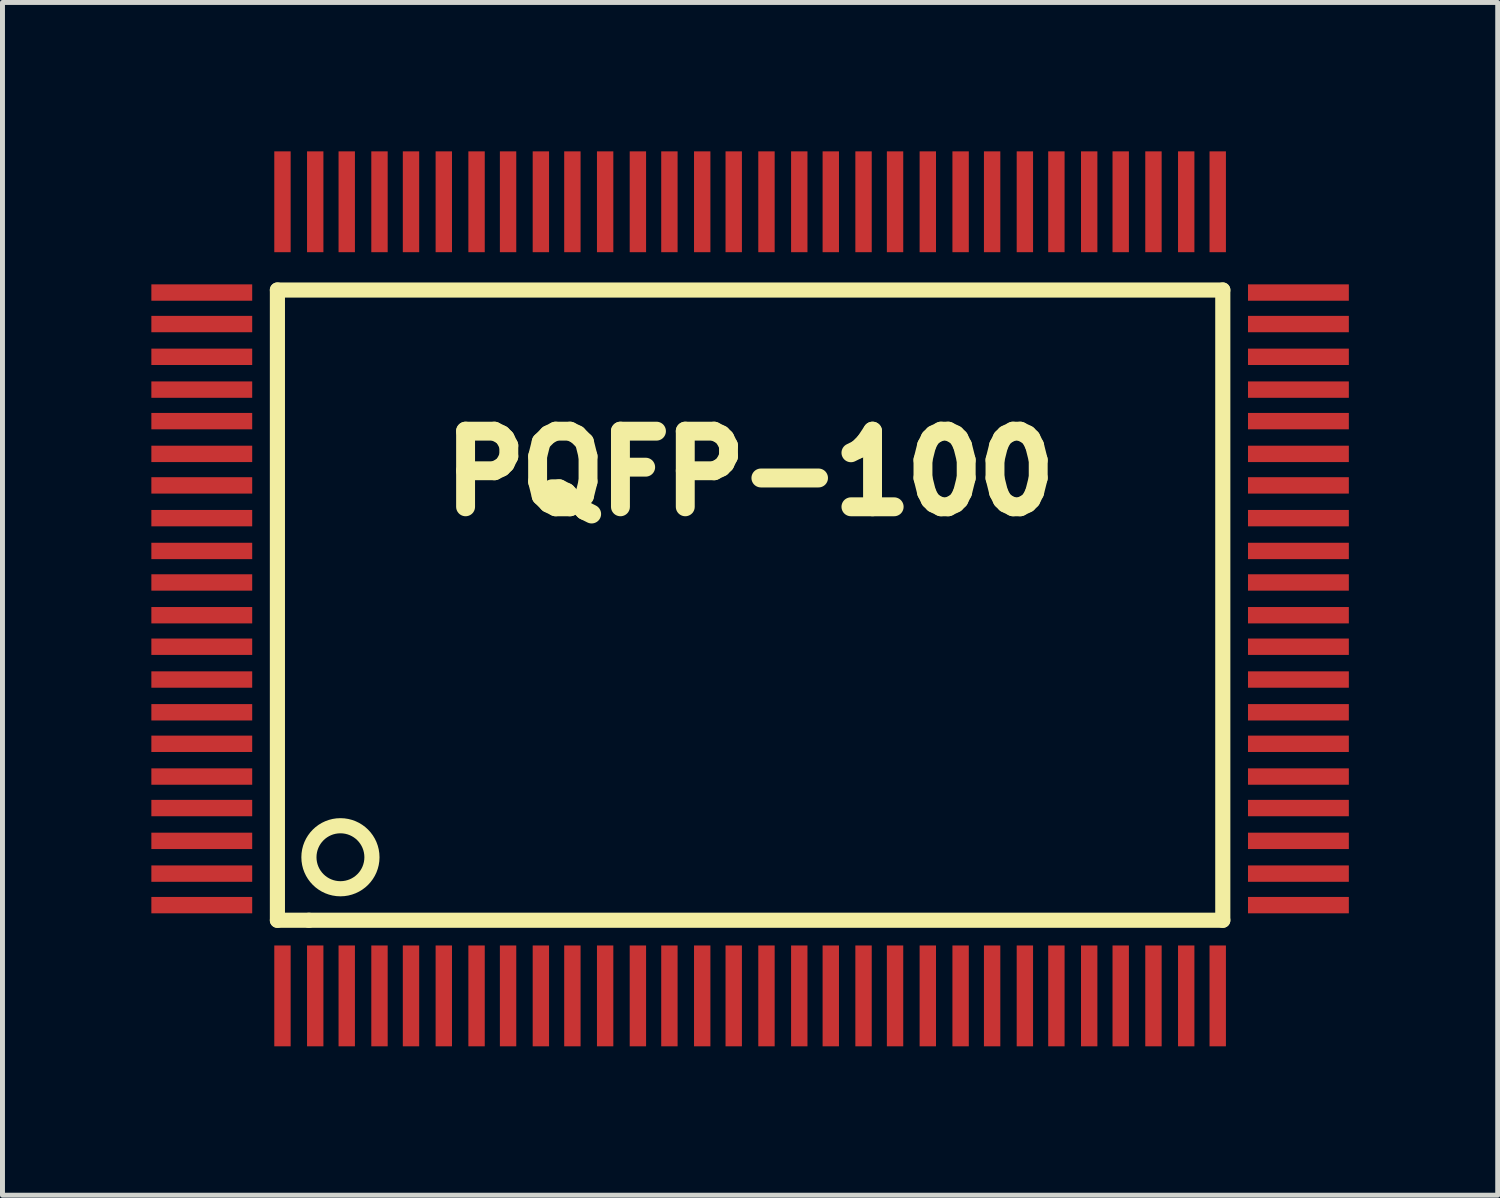
<source format=kicad_pcb>
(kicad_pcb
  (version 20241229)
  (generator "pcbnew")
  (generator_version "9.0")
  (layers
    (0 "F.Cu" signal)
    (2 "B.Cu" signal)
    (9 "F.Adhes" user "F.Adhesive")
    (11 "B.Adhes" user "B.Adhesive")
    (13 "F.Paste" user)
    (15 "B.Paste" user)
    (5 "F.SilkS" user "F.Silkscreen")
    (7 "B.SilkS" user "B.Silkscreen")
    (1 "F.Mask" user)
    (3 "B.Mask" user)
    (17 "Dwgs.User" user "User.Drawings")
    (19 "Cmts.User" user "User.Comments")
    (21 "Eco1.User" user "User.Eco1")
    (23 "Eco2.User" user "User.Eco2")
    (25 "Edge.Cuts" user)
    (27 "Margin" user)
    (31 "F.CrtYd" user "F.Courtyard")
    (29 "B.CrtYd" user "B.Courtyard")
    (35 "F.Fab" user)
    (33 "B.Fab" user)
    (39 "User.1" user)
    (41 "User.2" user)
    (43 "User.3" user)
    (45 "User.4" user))
  (footprint "PQFP-100"
    (layer "F.Cu")
    (at 12.065 9.017)
    (property "Reference" "PQFP-100" (at 0 -2.54 0) (layer "F.SilkS") (effects (font (size 1.524 1.524) (thickness 0.381))))
    (attr smd)
    (fp_line (start -9.525 -6.223) (end 9.525 -6.223) (stroke (width 0.305) (type solid)) (layer "F.SilkS"))
    (fp_line (start -9.525 6.477) (end -9.525 -6.223) (stroke (width 0.305) (type solid)) (layer "F.SilkS"))
    (fp_line (start -8.89 6.477) (end -9.525 6.477) (stroke (width 0.305) (type solid)) (layer "F.SilkS"))
    (fp_line (start 9.525 -6.223) (end 9.525 6.477) (stroke (width 0.305) (type solid)) (layer "F.SilkS"))
    (fp_line (start 9.525 6.477) (end -8.89 6.477) (stroke (width 0.305) (type solid)) (layer "F.SilkS"))
    (fp_circle (center -8.255 5.207) (end -8.255 5.842) (stroke (width 0.305) (type solid)) (fill no) (layer "F.SilkS"))
    (pad "1" smd rect (at -9.423 8.001) (size 0.33 2.032) (layers "F.Cu" "F.Mask" "F.Paste"))
    (pad "2" smd rect (at -8.763 8.001) (size 0.33 2.032) (layers "F.Cu" "F.Mask" "F.Paste"))
    (pad "3" smd rect (at -8.128 8.001) (size 0.33 2.032) (layers "F.Cu" "F.Mask" "F.Paste"))
    (pad "4" smd rect (at -7.468 8.001) (size 0.33 2.032) (layers "F.Cu" "F.Mask" "F.Paste"))
    (pad "5" smd rect (at -6.833 8.001) (size 0.33 2.032) (layers "F.Cu" "F.Mask" "F.Paste"))
    (pad "6" smd rect (at -6.172 8.001) (size 0.33 2.032) (layers "F.Cu" "F.Mask" "F.Paste"))
    (pad "7" smd rect (at -5.512 8.001) (size 0.33 2.032) (layers "F.Cu" "F.Mask" "F.Paste"))
    (pad "8" smd rect (at -4.877 8.001) (size 0.33 2.032) (layers "F.Cu" "F.Mask" "F.Paste"))
    (pad "9" smd rect (at -4.216 8.001) (size 0.33 2.032) (layers "F.Cu" "F.Mask" "F.Paste"))
    (pad "10" smd rect (at -3.581 8.001) (size 0.33 2.032) (layers "F.Cu" "F.Mask" "F.Paste"))
    (pad "11" smd rect (at -2.921 8.001) (size 0.33 2.032) (layers "F.Cu" "F.Mask" "F.Paste"))
    (pad "12" smd rect (at -2.261 8.001) (size 0.33 2.032) (layers "F.Cu" "F.Mask" "F.Paste"))
    (pad "13" smd rect (at -1.626 8.001) (size 0.33 2.032) (layers "F.Cu" "F.Mask" "F.Paste"))
    (pad "14" smd rect (at -0.965 8.001) (size 0.33 2.032) (layers "F.Cu" "F.Mask" "F.Paste"))
    (pad "15" smd rect (at -0.33 8.001) (size 0.33 2.032) (layers "F.Cu" "F.Mask" "F.Paste"))
    (pad "16" smd rect (at 0.33 8.001) (size 0.33 2.032) (layers "F.Cu" "F.Mask" "F.Paste"))
    (pad "17" smd rect (at 0.991 8.001) (size 0.33 2.032) (layers "F.Cu" "F.Mask" "F.Paste"))
    (pad "18" smd rect (at 1.626 8.001) (size 0.33 2.032) (layers "F.Cu" "F.Mask" "F.Paste"))
    (pad "19" smd rect (at 2.286 8.001) (size 0.33 2.032) (layers "F.Cu" "F.Mask" "F.Paste"))
    (pad "20" smd rect (at 2.921 8.001) (size 0.33 2.032) (layers "F.Cu" "F.Mask" "F.Paste"))
    (pad "21" smd rect (at 3.581 8.001) (size 0.33 2.032) (layers "F.Cu" "F.Mask" "F.Paste"))
    (pad "22" smd rect (at 4.242 8.001) (size 0.33 2.032) (layers "F.Cu" "F.Mask" "F.Paste"))
    (pad "23" smd rect (at 4.877 8.001) (size 0.33 2.032) (layers "F.Cu" "F.Mask" "F.Paste"))
    (pad "24" smd rect (at 5.537 8.001) (size 0.33 2.032) (layers "F.Cu" "F.Mask" "F.Paste"))
    (pad "25" smd rect (at 6.172 8.001) (size 0.33 2.032) (layers "F.Cu" "F.Mask" "F.Paste"))
    (pad "26" smd rect (at 6.833 8.001) (size 0.33 2.032) (layers "F.Cu" "F.Mask" "F.Paste"))
    (pad "27" smd rect (at 7.468 8.001) (size 0.33 2.032) (layers "F.Cu" "F.Mask" "F.Paste"))
    (pad "28" smd rect (at 8.128 8.001) (size 0.33 2.032) (layers "F.Cu" "F.Mask" "F.Paste"))
    (pad "29" smd rect (at 8.788 8.001) (size 0.33 2.032) (layers "F.Cu" "F.Mask" "F.Paste"))
    (pad "30" smd rect (at 9.423 8.001) (size 0.33 2.032) (layers "F.Cu" "F.Mask" "F.Paste"))
    (pad "31" smd rect (at 11.049 6.172) (size 2.032 0.33) (layers "F.Cu" "F.Mask" "F.Paste"))
    (pad "32" smd rect (at 11.049 5.537) (size 2.032 0.33) (layers "F.Cu" "F.Mask" "F.Paste"))
    (pad "33" smd rect (at 11.049 4.877) (size 2.032 0.33) (layers "F.Cu" "F.Mask" "F.Paste"))
    (pad "34" smd rect (at 11.049 4.216) (size 2.032 0.33) (layers "F.Cu" "F.Mask" "F.Paste"))
    (pad "35" smd rect (at 11.049 3.581) (size 2.032 0.33) (layers "F.Cu" "F.Mask" "F.Paste"))
    (pad "36" smd rect (at 11.049 2.921) (size 2.032 0.33) (layers "F.Cu" "F.Mask" "F.Paste"))
    (pad "37" smd rect (at 11.049 2.286) (size 2.032 0.33) (layers "F.Cu" "F.Mask" "F.Paste"))
    (pad "38" smd rect (at 11.049 1.626) (size 2.032 0.33) (layers "F.Cu" "F.Mask" "F.Paste"))
    (pad "39" smd rect (at 11.049 0.965) (size 2.032 0.33) (layers "F.Cu" "F.Mask" "F.Paste"))
    (pad "40" smd rect (at 11.049 0.33) (size 2.032 0.33) (layers "F.Cu" "F.Mask" "F.Paste"))
    (pad "41" smd rect (at 11.049 -0.33) (size 2.032 0.33) (layers "F.Cu" "F.Mask" "F.Paste"))
    (pad "42" smd rect (at 11.049 -0.965) (size 2.032 0.33) (layers "F.Cu" "F.Mask" "F.Paste"))
    (pad "43" smd rect (at 11.049 -1.626) (size 2.032 0.33) (layers "F.Cu" "F.Mask" "F.Paste"))
    (pad "44" smd rect (at 11.049 -2.286) (size 2.032 0.33) (layers "F.Cu" "F.Mask" "F.Paste"))
    (pad "45" smd rect (at 11.049 -2.921) (size 2.032 0.33) (layers "F.Cu" "F.Mask" "F.Paste"))
    (pad "46" smd rect (at 11.049 -3.581) (size 2.032 0.33) (layers "F.Cu" "F.Mask" "F.Paste"))
    (pad "47" smd rect (at 11.049 -4.216) (size 2.032 0.33) (layers "F.Cu" "F.Mask" "F.Paste"))
    (pad "48" smd rect (at 11.049 -4.877) (size 2.032 0.33) (layers "F.Cu" "F.Mask" "F.Paste"))
    (pad "49" smd rect (at 11.049 -5.537) (size 2.032 0.33) (layers "F.Cu" "F.Mask" "F.Paste"))
    (pad "50" smd rect (at 11.049 -6.172) (size 2.032 0.33) (layers "F.Cu" "F.Mask" "F.Paste"))
    (pad "51" smd rect (at 9.423 -8.001) (size 0.33 2.032) (layers "F.Cu" "F.Mask" "F.Paste"))
    (pad "52" smd rect (at 8.788 -8.001) (size 0.33 2.032) (layers "F.Cu" "F.Mask" "F.Paste"))
    (pad "53" smd rect (at 8.128 -8.001) (size 0.33 2.032) (layers "F.Cu" "F.Mask" "F.Paste"))
    (pad "54" smd rect (at 7.468 -8.001) (size 0.33 2.032) (layers "F.Cu" "F.Mask" "F.Paste"))
    (pad "55" smd rect (at 6.833 -8.001) (size 0.33 2.032) (layers "F.Cu" "F.Mask" "F.Paste"))
    (pad "56" smd rect (at 6.172 -8.001) (size 0.33 2.032) (layers "F.Cu" "F.Mask" "F.Paste"))
    (pad "57" smd rect (at 5.537 -8.001) (size 0.33 2.032) (layers "F.Cu" "F.Mask" "F.Paste"))
    (pad "58" smd rect (at 4.877 -8.001) (size 0.33 2.032) (layers "F.Cu" "F.Mask" "F.Paste"))
    (pad "59" smd rect (at 4.242 -8.001) (size 0.33 2.032) (layers "F.Cu" "F.Mask" "F.Paste"))
    (pad "60" smd rect (at 3.581 -8.001) (size 0.33 2.032) (layers "F.Cu" "F.Mask" "F.Paste"))
    (pad "61" smd rect (at 2.921 -8.001) (size 0.33 2.032) (layers "F.Cu" "F.Mask" "F.Paste"))
    (pad "62" smd rect (at 2.286 -8.001) (size 0.33 2.032) (layers "F.Cu" "F.Mask" "F.Paste"))
    (pad "63" smd rect (at 1.626 -8.001) (size 0.33 2.032) (layers "F.Cu" "F.Mask" "F.Paste"))
    (pad "64" smd rect (at 0.991 -8.001) (size 0.33 2.032) (layers "F.Cu" "F.Mask" "F.Paste"))
    (pad "65" smd rect (at 0.33 -8.001) (size 0.33 2.032) (layers "F.Cu" "F.Mask" "F.Paste"))
    (pad "66" smd rect (at -0.33 -8.001) (size 0.33 2.032) (layers "F.Cu" "F.Mask" "F.Paste"))
    (pad "67" smd rect (at -0.965 -8.001) (size 0.33 2.032) (layers "F.Cu" "F.Mask" "F.Paste"))
    (pad "68" smd rect (at -1.626 -8.001) (size 0.33 2.032) (layers "F.Cu" "F.Mask" "F.Paste"))
    (pad "69" smd rect (at -2.261 -8.001) (size 0.33 2.032) (layers "F.Cu" "F.Mask" "F.Paste"))
    (pad "70" smd rect (at -2.921 -8.001) (size 0.33 2.032) (layers "F.Cu" "F.Mask" "F.Paste"))
    (pad "71" smd rect (at -3.581 -8.001) (size 0.33 2.032) (layers "F.Cu" "F.Mask" "F.Paste"))
    (pad "72" smd rect (at -4.216 -8.001) (size 0.33 2.032) (layers "F.Cu" "F.Mask" "F.Paste"))
    (pad "73" smd rect (at -4.877 -8.001) (size 0.33 2.032) (layers "F.Cu" "F.Mask" "F.Paste"))
    (pad "74" smd rect (at -5.512 -8.001) (size 0.33 2.032) (layers "F.Cu" "F.Mask" "F.Paste"))
    (pad "75" smd rect (at -6.172 -8.001) (size 0.33 2.032) (layers "F.Cu" "F.Mask" "F.Paste"))
    (pad "76" smd rect (at -6.833 -8.001) (size 0.33 2.032) (layers "F.Cu" "F.Mask" "F.Paste"))
    (pad "77" smd rect (at -7.468 -8.001) (size 0.33 2.032) (layers "F.Cu" "F.Mask" "F.Paste"))
    (pad "78" smd rect (at -8.128 -8.001) (size 0.33 2.032) (layers "F.Cu" "F.Mask" "F.Paste"))
    (pad "79" smd rect (at -8.763 -8.001) (size 0.33 2.032) (layers "F.Cu" "F.Mask" "F.Paste"))
    (pad "80" smd rect (at -9.423 -8.001) (size 0.33 2.032) (layers "F.Cu" "F.Mask" "F.Paste"))
    (pad "81" smd rect (at -11.049 -6.172) (size 2.032 0.33) (layers "F.Cu" "F.Mask" "F.Paste"))
    (pad "82" smd rect (at -11.049 -5.537) (size 2.032 0.33) (layers "F.Cu" "F.Mask" "F.Paste"))
    (pad "83" smd rect (at -11.049 -4.877) (size 2.032 0.33) (layers "F.Cu" "F.Mask" "F.Paste"))
    (pad "84" smd rect (at -11.049 -4.216) (size 2.032 0.33) (layers "F.Cu" "F.Mask" "F.Paste"))
    (pad "85" smd rect (at -11.049 -3.581) (size 2.032 0.33) (layers "F.Cu" "F.Mask" "F.Paste"))
    (pad "86" smd rect (at -11.049 -2.921) (size 2.032 0.33) (layers "F.Cu" "F.Mask" "F.Paste"))
    (pad "87" smd rect (at -11.049 -2.286) (size 2.032 0.33) (layers "F.Cu" "F.Mask" "F.Paste"))
    (pad "88" smd rect (at -11.049 -1.626) (size 2.032 0.33) (layers "F.Cu" "F.Mask" "F.Paste"))
    (pad "89" smd rect (at -11.049 -0.965) (size 2.032 0.33) (layers "F.Cu" "F.Mask" "F.Paste"))
    (pad "90" smd rect (at -11.049 -0.33) (size 2.032 0.33) (layers "F.Cu" "F.Mask" "F.Paste"))
    (pad "91" smd rect (at -11.049 0.33) (size 2.032 0.33) (layers "F.Cu" "F.Mask" "F.Paste"))
    (pad "92" smd rect (at -11.049 0.965) (size 2.032 0.33) (layers "F.Cu" "F.Mask" "F.Paste"))
    (pad "93" smd rect (at -11.049 1.626) (size 2.032 0.33) (layers "F.Cu" "F.Mask" "F.Paste"))
    (pad "94" smd rect (at -11.049 2.286) (size 2.032 0.33) (layers "F.Cu" "F.Mask" "F.Paste"))
    (pad "95" smd rect (at -11.049 2.921) (size 2.032 0.33) (layers "F.Cu" "F.Mask" "F.Paste"))
    (pad "96" smd rect (at -11.049 3.581) (size 2.032 0.33) (layers "F.Cu" "F.Mask" "F.Paste"))
    (pad "97" smd rect (at -11.049 4.216) (size 2.032 0.33) (layers "F.Cu" "F.Mask" "F.Paste"))
    (pad "98" smd rect (at -11.049 4.877) (size 2.032 0.33) (layers "F.Cu" "F.Mask" "F.Paste"))
    (pad "99" smd rect (at -11.049 5.537) (size 2.032 0.33) (layers "F.Cu" "F.Mask" "F.Paste"))
    (pad "100" smd rect (at -11.049 6.172) (size 2.032 0.33) (layers "F.Cu" "F.Mask" "F.Paste")))
  (gr_rect
    (start -3 -3)
    (end 27.13 21.034)
    (stroke (width 0.1) (type default))
    (fill no)
    (layer "Edge.Cuts")))
</source>
